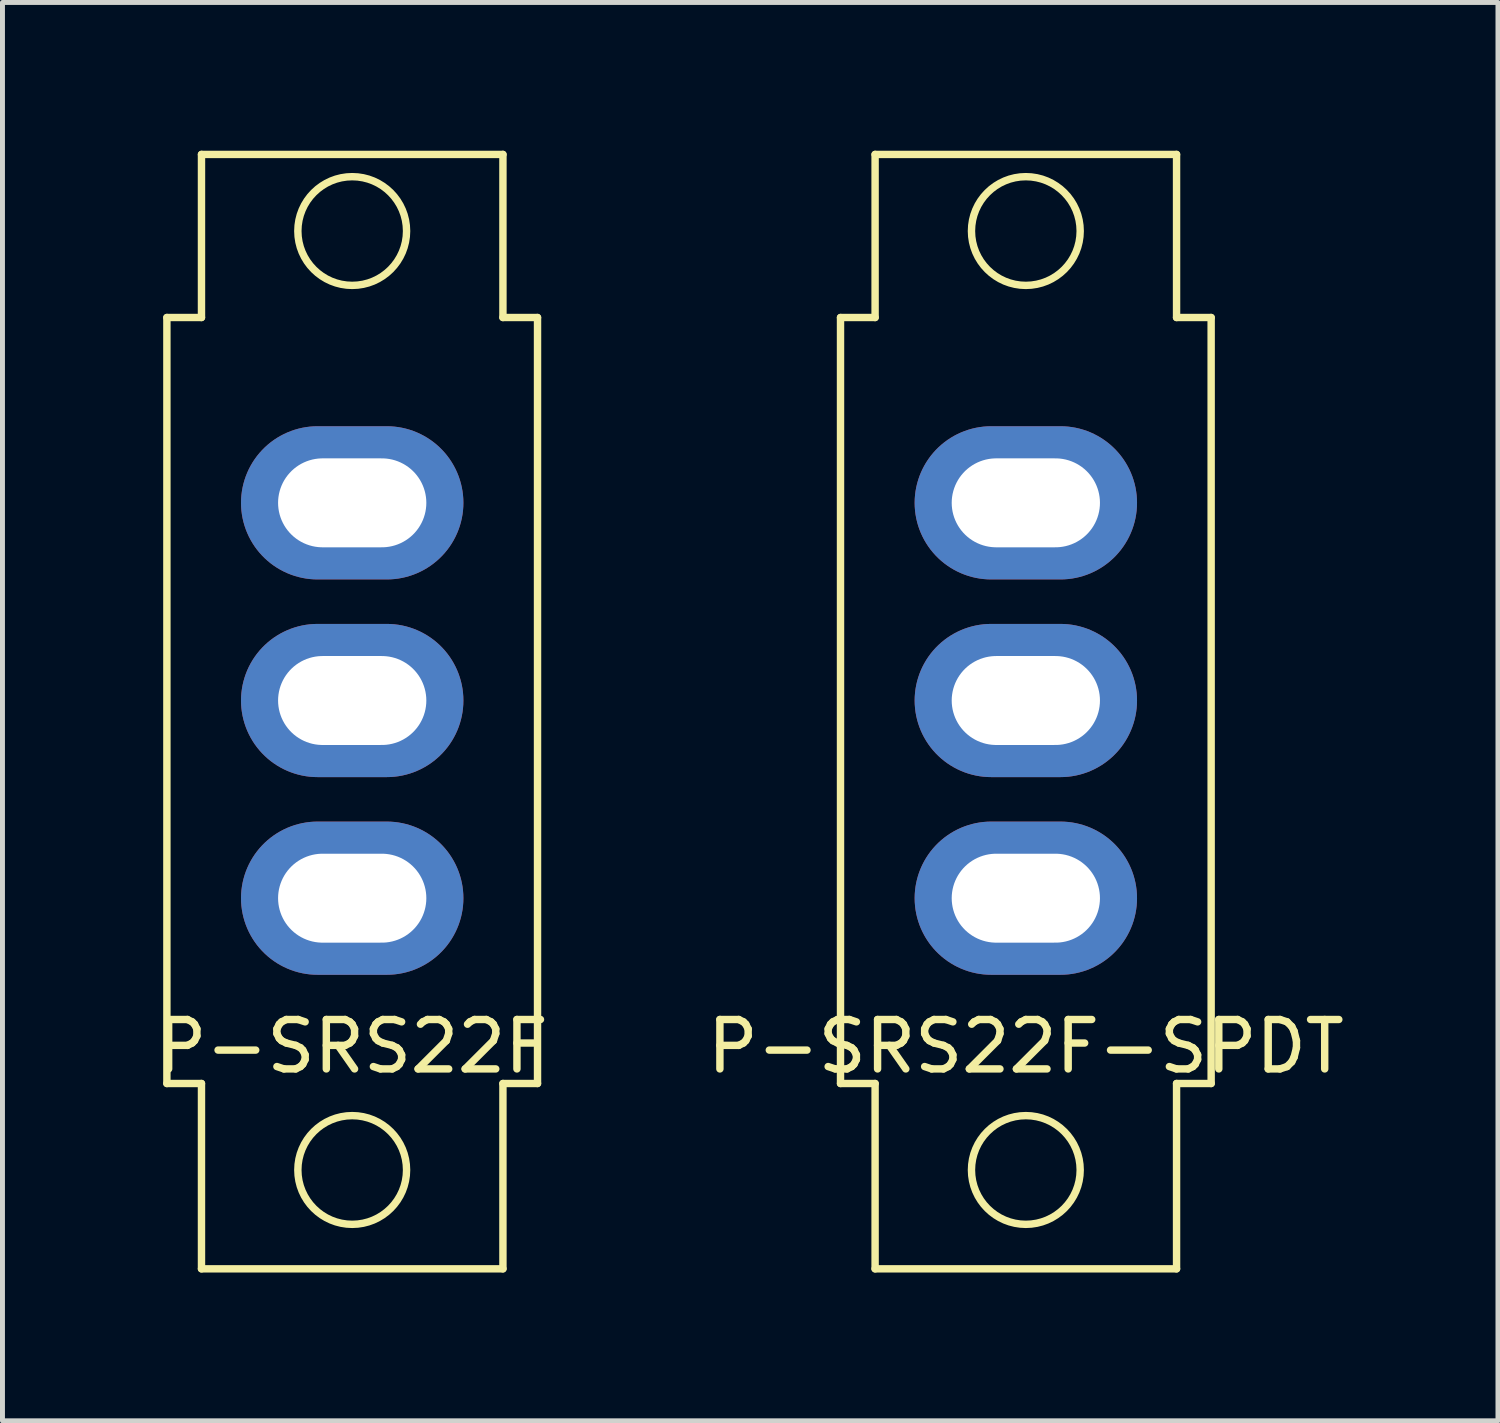
<source format=kicad_pcb>
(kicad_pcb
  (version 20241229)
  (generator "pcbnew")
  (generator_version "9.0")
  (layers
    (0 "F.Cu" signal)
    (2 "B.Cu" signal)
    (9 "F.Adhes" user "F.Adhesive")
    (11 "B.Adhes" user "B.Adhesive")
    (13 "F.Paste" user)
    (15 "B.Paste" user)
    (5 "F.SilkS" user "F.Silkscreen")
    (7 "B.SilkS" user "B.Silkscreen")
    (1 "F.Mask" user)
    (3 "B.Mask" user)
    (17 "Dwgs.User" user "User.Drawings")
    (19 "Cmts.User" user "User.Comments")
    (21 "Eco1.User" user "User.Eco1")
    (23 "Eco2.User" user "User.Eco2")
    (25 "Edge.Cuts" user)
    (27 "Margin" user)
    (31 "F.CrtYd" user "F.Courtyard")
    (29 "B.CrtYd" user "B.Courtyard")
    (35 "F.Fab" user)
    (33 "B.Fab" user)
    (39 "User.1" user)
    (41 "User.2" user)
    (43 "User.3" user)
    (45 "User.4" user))
  (footprint "P-SRS22F-SPDT"
    (layer "F.Cu")
    (at 17.708 15.125)
    (property "Reference" "P-SRS22F-SPDT" (at 0 3 0) (layer "F.SilkS") (effects (font (size 1 1) (thickness 0.15))))
    (attr through_hole)
    (fp_line (start -3.75 -11.75) (end -3.05 -11.75) (stroke (width 0.15) (type solid)) (layer "F.SilkS"))
    (fp_line (start -3.75 3.75) (end -3.75 -11.75) (stroke (width 0.15) (type solid)) (layer "F.SilkS"))
    (fp_line (start -3.05 -15.05) (end 3.05 -15.05) (stroke (width 0.15) (type solid)) (layer "F.SilkS"))
    (fp_line (start -3.05 -11.75) (end -3.05 -15.05) (stroke (width 0.15) (type solid)) (layer "F.SilkS"))
    (fp_line (start -3.05 3.75) (end -3.75 3.75) (stroke (width 0.15) (type solid)) (layer "F.SilkS"))
    (fp_line (start -3.05 7.5) (end -3.05 3.75) (stroke (width 0.15) (type solid)) (layer "F.SilkS"))
    (fp_line (start 3.05 -15.05) (end 3.05 -11.75) (stroke (width 0.15) (type solid)) (layer "F.SilkS"))
    (fp_line (start 3.05 -11.75) (end 3.75 -11.75) (stroke (width 0.15) (type solid)) (layer "F.SilkS"))
    (fp_line (start 3.05 3.75) (end 3.05 7.5) (stroke (width 0.15) (type solid)) (layer "F.SilkS"))
    (fp_line (start 3.05 7.5) (end -3.05 7.5) (stroke (width 0.15) (type solid)) (layer "F.SilkS"))
    (fp_line (start 3.75 -11.75) (end 3.75 3.75) (stroke (width 0.15) (type solid)) (layer "F.SilkS"))
    (fp_line (start 3.75 3.75) (end 3.05 3.75) (stroke (width 0.15) (type solid)) (layer "F.SilkS"))
    (fp_circle (center 0 -13.5) (end 0 -14.6) (stroke (width 0.15) (type solid)) (fill no) (layer "F.SilkS"))
    (fp_circle (center 0 5.5) (end 0 6.6) (stroke (width 0.15) (type solid)) (fill no) (layer "F.SilkS"))
    (pad "1" thru_hole oval (at 0 0) (size 4.5 3.1) (drill oval 3 1.8) (layers "*.Cu" "*.Mask"))
    (pad "2" thru_hole oval (at 0 -4) (size 4.5 3.1) (drill oval 3 1.8) (layers "*.Cu" "*.Mask"))
    (pad "3" thru_hole oval (at 0 -8) (size 4.5 3.1) (drill oval 3 1.8) (layers "*.Cu" "*.Mask")))
  (footprint "P-SRS22F"
    (layer "F.Cu")
    (at 4.077 15.125)
    (property "Reference" "P-SRS22F" (at 0 3 0) (layer "F.SilkS") (effects (font (size 1 1) (thickness 0.15))))
    (attr through_hole)
    (fp_line (start -3.75 -11.75) (end -3.05 -11.75) (stroke (width 0.15) (type solid)) (layer "F.SilkS"))
    (fp_line (start -3.75 3.75) (end -3.75 -11.75) (stroke (width 0.15) (type solid)) (layer "F.SilkS"))
    (fp_line (start -3.05 -15.05) (end 3.05 -15.05) (stroke (width 0.15) (type solid)) (layer "F.SilkS"))
    (fp_line (start -3.05 -11.75) (end -3.05 -15.05) (stroke (width 0.15) (type solid)) (layer "F.SilkS"))
    (fp_line (start -3.05 3.75) (end -3.75 3.75) (stroke (width 0.15) (type solid)) (layer "F.SilkS"))
    (fp_line (start -3.05 7.5) (end -3.05 3.75) (stroke (width 0.15) (type solid)) (layer "F.SilkS"))
    (fp_line (start 3.05 -15.05) (end 3.05 -11.75) (stroke (width 0.15) (type solid)) (layer "F.SilkS"))
    (fp_line (start 3.05 -11.75) (end 3.75 -11.75) (stroke (width 0.15) (type solid)) (layer "F.SilkS"))
    (fp_line (start 3.05 3.75) (end 3.05 7.5) (stroke (width 0.15) (type solid)) (layer "F.SilkS"))
    (fp_line (start 3.05 7.5) (end -3.05 7.5) (stroke (width 0.15) (type solid)) (layer "F.SilkS"))
    (fp_line (start 3.75 -11.75) (end 3.75 3.75) (stroke (width 0.15) (type solid)) (layer "F.SilkS"))
    (fp_line (start 3.75 3.75) (end 3.05 3.75) (stroke (width 0.15) (type solid)) (layer "F.SilkS"))
    (fp_circle (center 0 -13.5) (end 0 -14.6) (stroke (width 0.15) (type solid)) (fill no) (layer "F.SilkS"))
    (fp_circle (center 0 5.5) (end 0 6.6) (stroke (width 0.15) (type solid)) (fill no) (layer "F.SilkS"))
    (pad "1" thru_hole oval (at 0 0) (size 4.5 3.1) (drill oval 3 1.8) (layers "*.Cu" "*.Mask"))
    (pad "2" thru_hole oval (at 0 -4) (size 4.5 3.1) (drill oval 3 1.8) (layers "*.Cu" "*.Mask"))
    (pad "3" thru_hole oval (at 0 -8) (size 4.5 3.1) (drill oval 3 1.8) (layers "*.Cu" "*.Mask")))
  (gr_rect
    (start -3 -3)
    (end 27.262 25.7)
    (stroke (width 0.1) (type default))
    (fill no)
    (layer "Edge.Cuts")))
</source>
